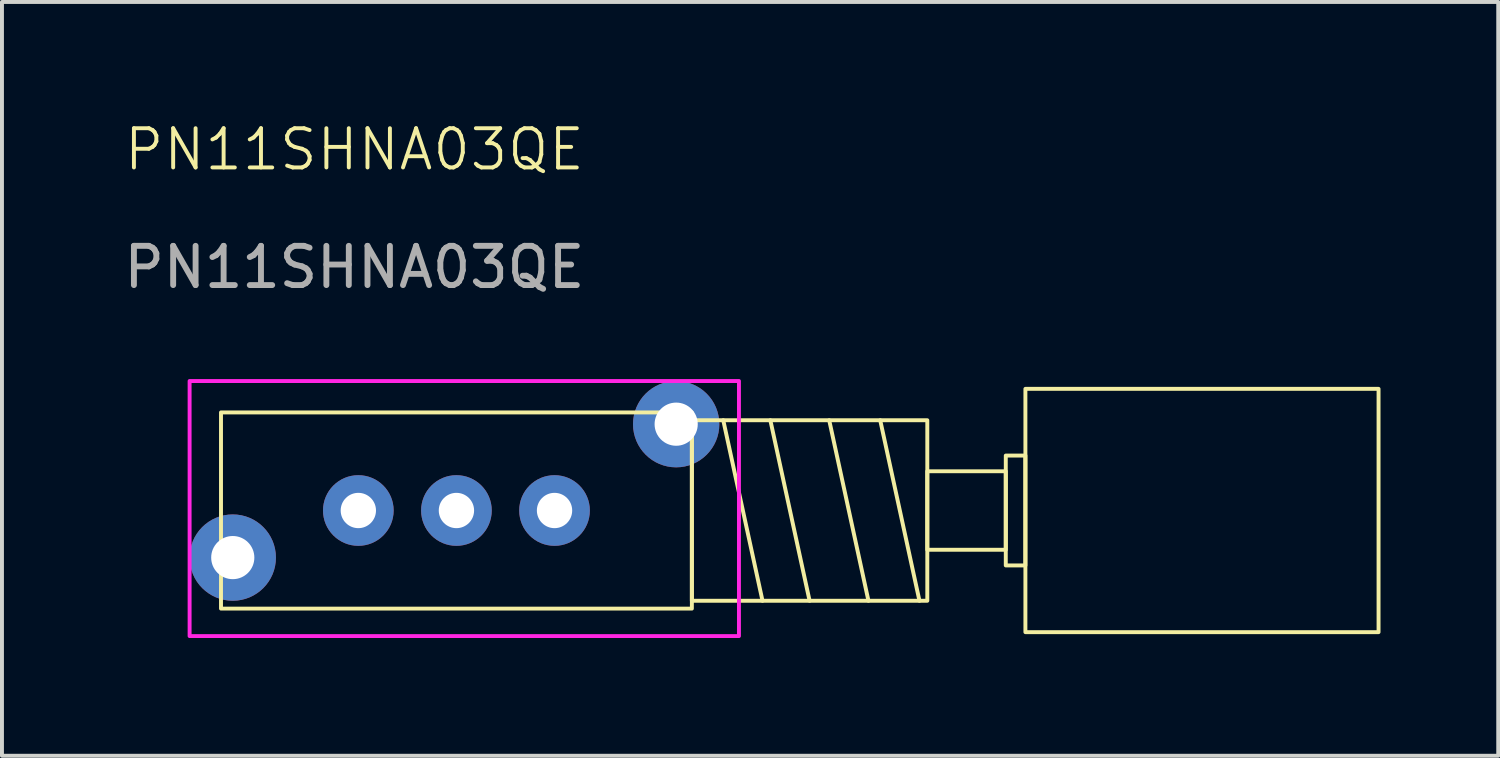
<source format=kicad_pcb>
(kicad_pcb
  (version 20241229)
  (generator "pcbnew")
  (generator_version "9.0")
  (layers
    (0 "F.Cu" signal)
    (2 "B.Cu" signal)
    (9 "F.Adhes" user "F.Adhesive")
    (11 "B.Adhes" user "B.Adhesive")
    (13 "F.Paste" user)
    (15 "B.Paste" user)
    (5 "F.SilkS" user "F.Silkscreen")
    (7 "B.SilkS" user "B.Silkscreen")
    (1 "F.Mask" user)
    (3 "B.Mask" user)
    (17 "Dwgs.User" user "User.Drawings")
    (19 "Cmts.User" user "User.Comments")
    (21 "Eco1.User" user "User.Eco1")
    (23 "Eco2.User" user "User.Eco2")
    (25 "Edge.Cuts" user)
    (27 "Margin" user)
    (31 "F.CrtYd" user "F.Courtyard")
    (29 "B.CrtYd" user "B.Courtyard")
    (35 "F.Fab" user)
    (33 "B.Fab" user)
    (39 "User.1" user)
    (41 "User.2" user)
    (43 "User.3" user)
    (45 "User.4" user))
  (footprint "PN11SHNA03QE"
    (layer "F.Cu")
    (at 6.082 9.96)
    (property "Reference" "PN11SHNA03QE" (at -0.1 -9.2 0) (unlocked yes) (layer "F.SilkS") (effects (font (size 1 1) (thickness 0.1))))
    (attr smd)
    (fp_line (start 9.3 -2.3) (end 10.3 2.3) (stroke (width 0.1) (type default)) (layer "F.SilkS"))
    (fp_line (start 10.5 -2.3) (end 11.5 2.3) (stroke (width 0.1) (type default)) (layer "F.SilkS"))
    (fp_line (start 12 -2.3) (end 13 2.3) (stroke (width 0.1) (type default)) (layer "F.SilkS"))
    (fp_line (start 13.3 -2.3) (end 14.3 2.3) (stroke (width 0.1) (type default)) (layer "F.SilkS"))
    (fp_rect (start -3.5 -2.5) (end 8.5 2.5) (stroke (width 0.1) (type default)) (fill no) (layer "F.SilkS"))
    (fp_rect (start 8.5 -2.3) (end 14.5 2.3) (stroke (width 0.1) (type default)) (fill no) (layer "F.SilkS"))
    (fp_rect (start 14.5 -1) (end 16.5 1) (stroke (width 0.1) (type default)) (fill no) (layer "F.SilkS"))
    (fp_rect (start 16.5 -1.4) (end 17 1.4) (stroke (width 0.1) (type default)) (fill no) (layer "F.SilkS"))
    (fp_rect (start 17 -3.1) (end 26 3.1) (stroke (width 0.1) (type default)) (fill no) (layer "F.SilkS"))
    (fp_rect (start -4.3 -3.3) (end 9.7 3.2) (stroke (width 0.1) (type default)) (fill no) (layer "F.CrtYd"))
    (fp_text user "${REFERENCE}" (at -0.1 -6.2 0) (unlocked yes) (layer "F.Fab") (effects (font (size 1 1) (thickness 0.15))))
    (pad "1" thru_hole circle (at 0 0) (size 1.8 1.8) (drill 0.9) (layers "*.Cu" "*.Mask"))
    (pad "2" thru_hole circle (at 2.5 0) (size 1.8 1.8) (drill 0.9) (layers "*.Cu" "*.Mask"))
    (pad "3" thru_hole circle (at 5 0) (size 1.8 1.8) (drill 0.9) (layers "*.Cu" "*.Mask"))
    (pad "4" thru_hole circle (at -3.2 1.2) (size 2.2 2.2) (drill 1.1) (layers "*.Cu" "*.Mask"))
    (pad "4" thru_hole circle (at 8.1 -2.2) (size 2.2 2.2) (drill 1.1) (layers "*.Cu" "*.Mask")))
  (gr_rect
    (start -3 -3)
    (end 35.132 16.21)
    (stroke (width 0.1) (type default))
    (fill no)
    (layer "Edge.Cuts")))
</source>
